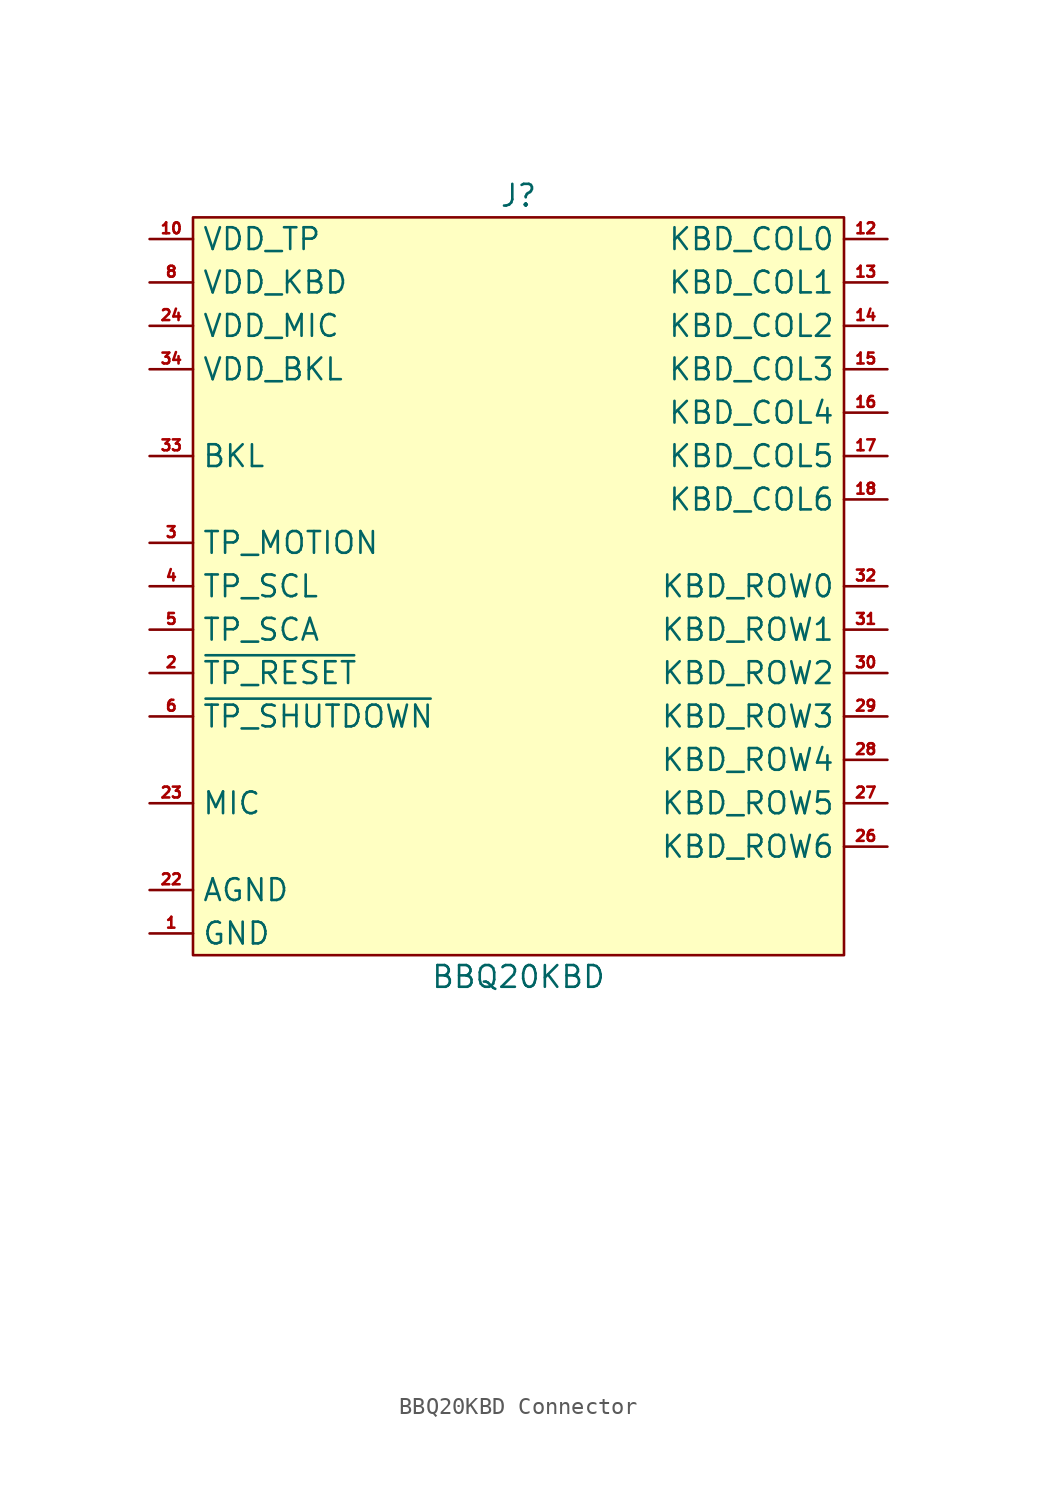
<source format=kicad_sym>
(kicad_symbol_lib
  (version 20241209)
  (generator "kicad_symbol_editor")
  (generator_version "9.0")
  (symbol "BBQ20KBD Connector"
    (property "Reference" "J"
      (at 0 22.86 0)
      (effects (font (size 1.27 1.27))))
    (property "Value" "BBQ20KBD"
      (at 0 -22.86 0)
      (effects (font (size 1.27 1.27))))
    (symbol "BBQ20KBD Connector_1_1"
      (rectangle (start -19.05 21.59) (end 19.05 -21.59) (stroke (width 0) (type solid)) (fill (type color) (color 255 255 194 1)))
      (rectangle private (start -21.59 -25.4) (end 21.59 -38.1) (stroke (width 0) (type solid)) (fill (type none)))
      (pin power_in line (at -21.59 20.32 0) (length 2.54) (name "VDD_TP" (effects (font (size 1.27 1.27)))) (number "10" (effects (font (size 0.635 0.635)))))
      (pin power_in line (at -21.59 17.78 0) (length 2.54) (name "VDD_KBD" (effects (font (size 1.27 1.27)))) (number "8" (effects (font (size 0.635 0.635)))))
      (pin power_in line (at -21.59 15.24 0) (length 2.54) (name "VDD_MIC" (effects (font (size 1.27 1.27)))) (number "24" (effects (font (size 0.635 0.635)))))
      (pin power_in line (at -21.59 12.7 0) (length 2.54) (name "VDD_BKL" (effects (font (size 1.27 1.27)))) (number "34" (effects (font (size 0.635 0.635)))))
      (pin bidirectional line (at -21.59 7.62 0) (length 2.54) (name "BKL" (effects (font (size 1.27 1.27)))) (number "33" (effects (font (size 0.635 0.635)))))
      (pin output line (at -21.59 2.54 0) (length 2.54) (name "TP_MOTION" (effects (font (size 1.27 1.27)))) (number "3" (effects (font (size 0.635 0.635)))))
      (pin bidirectional line (at -21.59 0 0) (length 2.54) (name "TP_SCL" (effects (font (size 1.27 1.27)))) (number "4" (effects (font (size 0.635 0.635)))))
      (pin bidirectional line (at -21.59 -2.54 0) (length 2.54) (name "TP_SCA" (effects (font (size 1.27 1.27)))) (number "5" (effects (font (size 0.635 0.635)))))
      (pin input line (at -21.59 -5.08 0) (length 2.54) (name "~{TP_RESET}" (effects (font (size 1.27 1.27)))) (number "2" (effects (font (size 0.635 0.635)))))
      (pin input line (at -21.59 -7.62 0) (length 2.54) (name "~{TP_SHUTDOWN}" (effects (font (size 1.27 1.27)))) (number "6" (effects (font (size 0.635 0.635)))))
      (pin output line (at -21.59 -12.7 0) (length 2.54) (name "MIC" (effects (font (size 1.27 1.27)))) (number "23" (effects (font (size 0.635 0.635)))))
      (pin power_in line (at -21.59 -17.78 0) (length 2.54) (name "AGND" (effects (font (size 1.27 1.27)))) (number "22" (effects (font (size 0.635 0.635)))))
      (pin power_in line (at -21.59 -20.32 0) (length 2.54) (name "GND" (effects (font (size 1.27 1.27)))) (number "1" (effects (font (size 0.635 0.635)))))
      (pin no_connect line (at -20.32 -40.64 90) (length 2.54) (hide yes) (name "N.C" (effects (font (size 1.27 1.27)))) (number "44" (effects (font (size 0.635 0.635)))))
      (pin no_connect line (at -17.78 -40.64 90) (length 2.54) (hide yes) (name "N.C" (effects (font (size 1.27 1.27)))) (number "43" (effects (font (size 0.635 0.635)))))
      (pin no_connect line (at -15.24 -40.64 90) (length 2.54) (hide yes) (name "N.C" (effects (font (size 1.27 1.27)))) (number "42" (effects (font (size 0.635 0.635)))))
      (pin no_connect line (at -12.7 -40.64 90) (length 2.54) (hide yes) (name "N.C" (effects (font (size 1.27 1.27)))) (number "41" (effects (font (size 0.635 0.635)))))
      (pin no_connect line (at -10.16 -40.64 90) (length 2.54) (hide yes) (name "N.C" (effects (font (size 1.27 1.27)))) (number "40" (effects (font (size 0.635 0.635)))))
      (pin no_connect line (at -7.62 -40.64 90) (length 2.54) (hide yes) (name "N.C" (effects (font (size 1.27 1.27)))) (number "39" (effects (font (size 0.635 0.635)))))
      (pin no_connect line (at -5.08 -40.64 90) (length 2.54) (hide yes) (name "N.C" (effects (font (size 1.27 1.27)))) (number "38" (effects (font (size 0.635 0.635)))))
      (pin no_connect line (at -2.54 -40.64 90) (length 2.54) (hide yes) (name "N.C" (effects (font (size 1.27 1.27)))) (number "37" (effects (font (size 0.635 0.635)))))
      (pin no_connect line (at 0 -40.64 90) (length 2.54) (hide yes) (name "N.C" (effects (font (size 1.27 1.27)))) (number "36" (effects (font (size 0.635 0.635)))))
      (pin no_connect line (at 2.54 -40.64 90) (length 2.54) (hide yes) (name "N.C" (effects (font (size 1.27 1.27)))) (number "35" (effects (font (size 0.635 0.635)))))
      (pin no_connect line (at 5.08 -40.64 90) (length 2.54) (hide yes) (name "N.C" (effects (font (size 1.27 1.27)))) (number "25" (effects (font (size 0.635 0.635)))))
      (pin no_connect line (at 7.62 -40.64 90) (length 2.54) (hide yes) (name "N.C" (effects (font (size 1.27 1.27)))) (number "21" (effects (font (size 0.635 0.635)))))
      (pin no_connect line (at 10.16 -40.64 90) (length 2.54) (hide yes) (name "N.C" (effects (font (size 1.27 1.27)))) (number "20" (effects (font (size 0.635 0.635)))))
      (pin no_connect line (at 12.7 -40.64 90) (length 2.54) (hide yes) (name "N.C" (effects (font (size 1.27 1.27)))) (number "19" (effects (font (size 0.635 0.635)))))
      (pin no_connect line (at 15.24 -40.64 90) (length 2.54) (hide yes) (name "N.C" (effects (font (size 1.27 1.27)))) (number "11" (effects (font (size 0.635 0.635)))))
      (pin no_connect line (at 17.78 -40.64 90) (length 2.54) (hide yes) (name "N.C" (effects (font (size 1.27 1.27)))) (number "9" (effects (font (size 0.635 0.635)))))
      (pin no_connect line (at 20.32 -40.64 90) (length 2.54) (hide yes) (name "N.C" (effects (font (size 1.27 1.27)))) (number "7" (effects (font (size 0.635 0.635)))))
      (pin bidirectional line (at 21.59 20.32 180) (length 2.54) (name "KBD_COL0" (effects (font (size 1.27 1.27)))) (number "12" (effects (font (size 0.635 0.635)))))
      (pin bidirectional line (at 21.59 17.78 180) (length 2.54) (name "KBD_COL1" (effects (font (size 1.27 1.27)))) (number "13" (effects (font (size 0.635 0.635)))))
      (pin bidirectional line (at 21.59 15.24 180) (length 2.54) (name "KBD_COL2" (effects (font (size 1.27 1.27)))) (number "14" (effects (font (size 0.635 0.635)))))
      (pin bidirectional line (at 21.59 12.7 180) (length 2.54) (name "KBD_COL3" (effects (font (size 1.27 1.27)))) (number "15" (effects (font (size 0.635 0.635)))))
      (pin bidirectional line (at 21.59 10.16 180) (length 2.54) (name "KBD_COL4" (effects (font (size 1.27 1.27)))) (number "16" (effects (font (size 0.635 0.635)))))
      (pin bidirectional line (at 21.59 7.62 180) (length 2.54) (name "KBD_COL5" (effects (font (size 1.27 1.27)))) (number "17" (effects (font (size 0.635 0.635)))))
      (pin bidirectional line (at 21.59 5.08 180) (length 2.54) (name "KBD_COL6" (effects (font (size 1.27 1.27)))) (number "18" (effects (font (size 0.635 0.635)))))
      (pin bidirectional line (at 21.59 0 180) (length 2.54) (name "KBD_ROW0" (effects (font (size 1.27 1.27)))) (number "32" (effects (font (size 0.635 0.635)))))
      (pin bidirectional line (at 21.59 -2.54 180) (length 2.54) (name "KBD_ROW1" (effects (font (size 1.27 1.27)))) (number "31" (effects (font (size 0.635 0.635)))))
      (pin bidirectional line (at 21.59 -5.08 180) (length 2.54) (name "KBD_ROW2" (effects (font (size 1.27 1.27)))) (number "30" (effects (font (size 0.635 0.635)))))
      (pin bidirectional line (at 21.59 -7.62 180) (length 2.54) (name "KBD_ROW3" (effects (font (size 1.27 1.27)))) (number "29" (effects (font (size 0.635 0.635)))))
      (pin bidirectional line (at 21.59 -10.16 180) (length 2.54) (name "KBD_ROW4" (effects (font (size 1.27 1.27)))) (number "28" (effects (font (size 0.635 0.635)))))
      (pin bidirectional line (at 21.59 -12.7 180) (length 2.54) (name "KBD_ROW5" (effects (font (size 1.27 1.27)))) (number "27" (effects (font (size 0.635 0.635)))))
      (pin bidirectional line (at 21.59 -15.24 180) (length 2.54) (name "KBD_ROW6" (effects (font (size 1.27 1.27)))) (number "26" (effects (font (size 0.635 0.635))))))))
</source>
